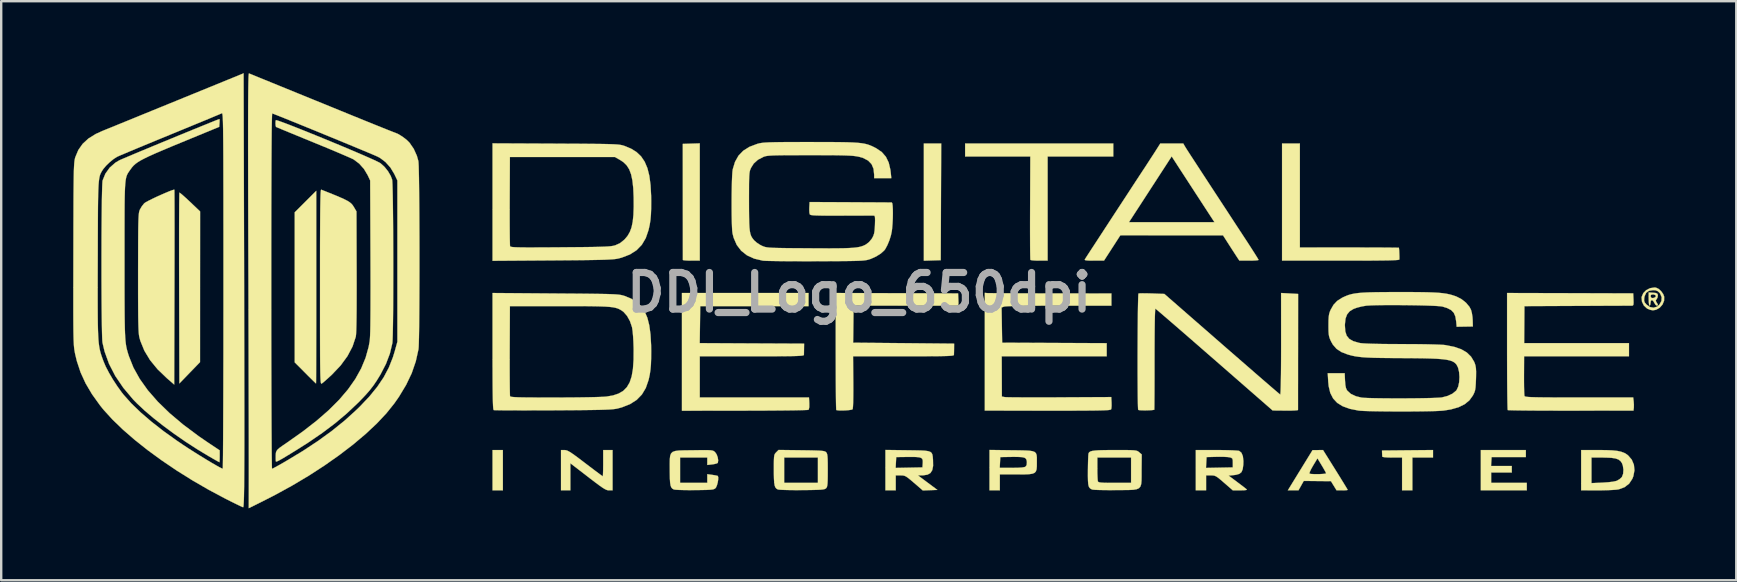
<source format=kicad_pcb>
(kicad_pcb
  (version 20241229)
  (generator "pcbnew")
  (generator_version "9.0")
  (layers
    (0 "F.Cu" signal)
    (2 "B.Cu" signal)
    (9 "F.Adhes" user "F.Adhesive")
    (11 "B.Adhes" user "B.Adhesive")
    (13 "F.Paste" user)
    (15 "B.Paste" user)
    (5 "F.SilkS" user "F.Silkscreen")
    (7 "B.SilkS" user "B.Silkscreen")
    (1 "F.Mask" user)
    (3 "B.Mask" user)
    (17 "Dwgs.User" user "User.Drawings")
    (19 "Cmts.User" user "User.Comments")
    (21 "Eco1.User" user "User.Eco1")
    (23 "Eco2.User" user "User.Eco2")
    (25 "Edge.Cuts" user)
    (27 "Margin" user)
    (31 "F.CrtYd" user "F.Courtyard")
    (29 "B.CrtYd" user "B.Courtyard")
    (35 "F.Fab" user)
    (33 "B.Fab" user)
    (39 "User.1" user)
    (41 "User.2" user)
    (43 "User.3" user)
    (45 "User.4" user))
  (footprint "DDI_Logo_650dpi"
    (layer "F.Cu")
    (at 32.756 9.141)
    (property "Reference" "DDI_Logo_650dpi" (at 0 0 0) (layer "F.Fab") (effects (font (size 1.524 1.524) (thickness 0.3))))
    (attr through_hole)
    (fp_poly (pts (xy -14.849 8.245) (xy -15.279 8.245) (xy -15.279 6.565) (xy -14.849 6.565) (xy -14.849 8.245)) (stroke (width 0.01) (type solid)) (fill yes) (layer "F.SilkS"))
    (fp_poly (pts (xy 3.409 -3.781) (xy 3.399 -1.348) (xy 3.048 -1.337) (xy 2.696 -1.326) (xy 2.696 -6.213) (xy 3.058 -6.213) (xy 3.419 -6.213) (xy 3.409 -3.781)) (stroke (width 0.01) (type solid)) (fill yes) (layer "F.SilkS"))
    (fp_poly (pts (xy 27.784 6.711) (xy 27.784 6.858) (xy 26.357 6.858) (xy 26.345 7.044) (xy 26.334 7.229) (xy 27.198 7.229) (xy 27.198 7.503) (xy 26.338 7.503) (xy 26.338 7.933) (xy 27.823 7.933) (xy 27.823 8.245) (xy 25.908 8.245) (xy 25.908 6.565) (xy 27.784 6.565) (xy 27.784 6.711)) (stroke (width 0.01) (type solid)) (fill yes) (layer "F.SilkS"))
    (fp_poly (pts (xy 23.915 6.878) (xy 23.055 6.878) (xy 23.055 8.245) (xy 22.626 8.245) (xy 22.626 6.878) (xy 22.215 6.878) (xy 22.029 6.874) (xy 21.891 6.864) (xy 21.814 6.849) (xy 21.801 6.838) (xy 21.797 6.773) (xy 21.793 6.692) (xy 21.789 6.584) (xy 22.852 6.574) (xy 23.915 6.564) (xy 23.915 6.878)) (stroke (width 0.01) (type solid)) (fill yes) (layer "F.SilkS"))
    (fp_poly (pts (xy -6.643 -1.329) (xy -6.995 -1.329) (xy -7.15 -1.332) (xy -7.27 -1.34) (xy -7.338 -1.351) (xy -7.347 -1.358) (xy -7.347 -1.401) (xy -7.347 -1.516) (xy -7.347 -1.695) (xy -7.348 -1.932) (xy -7.348 -2.22) (xy -7.348 -2.552) (xy -7.348 -2.922) (xy -7.349 -3.323) (xy -7.349 -3.747) (xy -7.349 -3.79) (xy -7.351 -6.194) (xy -6.997 -6.205) (xy -6.643 -6.216) (xy -6.643 -1.329)) (stroke (width 0.01) (type solid)) (fill yes) (layer "F.SilkS"))
    (fp_poly (pts (xy 10.59 -5.666) (xy 7.854 -5.666) (xy 7.854 -1.329) (xy 7.505 -1.329) (xy 7.348 -1.332) (xy 7.222 -1.341) (xy 7.148 -1.354) (xy 7.136 -1.361) (xy 7.132 -1.405) (xy 7.129 -1.52) (xy 7.126 -1.699) (xy 7.124 -1.934) (xy 7.123 -2.219) (xy 7.122 -2.545) (xy 7.122 -2.907) (xy 7.123 -3.296) (xy 7.124 -3.53) (xy 7.132 -5.666) (xy 4.416 -5.666) (xy 4.416 -6.213) (xy 10.59 -6.213) (xy 10.59 -5.666)) (stroke (width 0.01) (type solid)) (fill yes) (layer "F.SilkS"))
    (fp_poly (pts (xy -22.626 -0.224) (xy -22.626 0.329) (xy -22.626 0.859) (xy -22.626 1.362) (xy -22.627 1.832) (xy -22.628 2.264) (xy -22.629 2.652) (xy -22.63 2.993) (xy -22.631 3.279) (xy -22.632 3.508) (xy -22.633 3.672) (xy -22.635 3.767) (xy -22.636 3.79) (xy -22.666 3.764) (xy -22.741 3.692) (xy -22.852 3.583) (xy -22.99 3.446) (xy -23.085 3.35) (xy -23.524 2.91) (xy -23.524 -3.342) (xy -23.075 -3.79) (xy -22.626 -4.239) (xy -22.626 -0.224)) (stroke (width 0.01) (type solid)) (fill yes) (layer "F.SilkS"))
    (fp_poly (pts (xy -28.294 -4.143) (xy -28.213 -4.077) (xy -28.098 -3.975) (xy -27.957 -3.845) (xy -27.886 -3.779) (xy -27.467 -3.38) (xy -27.469 -0.239) (xy -27.47 2.901) (xy -27.9 3.345) (xy -28.33 3.789) (xy -28.34 -0.18) (xy -28.341 -0.73) (xy -28.342 -1.258) (xy -28.342 -1.758) (xy -28.342 -2.226) (xy -28.342 -2.655) (xy -28.341 -3.042) (xy -28.339 -3.379) (xy -28.338 -3.664) (xy -28.335 -3.889) (xy -28.333 -4.051) (xy -28.33 -4.143) (xy -28.328 -4.163) (xy -28.294 -4.143)) (stroke (width 0.01) (type solid)) (fill yes) (layer "F.SilkS"))
    (fp_poly (pts (xy 18.366 -1.879) (xy 20.424 -1.878) (xy 20.817 -1.877) (xy 21.186 -1.876) (xy 21.524 -1.875) (xy 21.822 -1.874) (xy 22.075 -1.872) (xy 22.275 -1.87) (xy 22.413 -1.868) (xy 22.485 -1.866) (xy 22.492 -1.866) (xy 22.499 -1.824) (xy 22.506 -1.731) (xy 22.511 -1.613) (xy 22.515 -1.494) (xy 22.514 -1.403) (xy 22.513 -1.377) (xy 22.497 -1.367) (xy 22.447 -1.358) (xy 22.36 -1.351) (xy 22.229 -1.345) (xy 22.051 -1.339) (xy 21.821 -1.336) (xy 21.533 -1.333) (xy 21.183 -1.33) (xy 20.767 -1.329) (xy 20.279 -1.329) (xy 20.066 -1.329) (xy 17.624 -1.329) (xy 17.624 -6.213) (xy 18.366 -6.213) (xy 18.366 -1.879)) (stroke (width 0.01) (type solid)) (fill yes) (layer "F.SilkS"))
    (fp_poly (pts (xy -10.277 8.245) (xy -10.424 8.245) (xy -10.477 8.24) (xy -10.537 8.222) (xy -10.611 8.185) (xy -10.71 8.123) (xy -10.84 8.031) (xy -11.012 7.903) (xy -11.234 7.734) (xy -11.303 7.68) (xy -12.036 7.115) (xy -12.036 8.245) (xy -12.426 8.245) (xy -12.426 6.565) (xy -12.28 6.565) (xy -12.226 6.57) (xy -12.165 6.589) (xy -12.089 6.627) (xy -11.988 6.69) (xy -11.854 6.784) (xy -11.678 6.914) (xy -11.451 7.087) (xy -11.417 7.112) (xy -11.213 7.268) (xy -11.03 7.406) (xy -10.877 7.521) (xy -10.763 7.605) (xy -10.697 7.652) (xy -10.685 7.659) (xy -10.679 7.622) (xy -10.674 7.521) (xy -10.67 7.37) (xy -10.668 7.183) (xy -10.668 7.112) (xy -10.668 6.565) (xy -10.277 6.565) (xy -10.277 8.245)) (stroke (width 0.01) (type solid)) (fill yes) (layer "F.SilkS"))
    (fp_poly (pts (xy 33.088 0.008) (xy 33.203 0.02) (xy 33.261 0.046) (xy 33.285 0.096) (xy 33.287 0.111) (xy 33.272 0.212) (xy 33.238 0.27) (xy 33.198 0.33) (xy 33.216 0.387) (xy 33.234 0.413) (xy 33.286 0.498) (xy 33.277 0.54) (xy 33.24 0.547) (xy 33.189 0.514) (xy 33.14 0.435) (xy 33.137 0.43) (xy 33.089 0.349) (xy 33.037 0.313) (xy 33.035 0.313) (xy 32.993 0.348) (xy 32.981 0.43) (xy 32.97 0.512) (xy 32.942 0.547) (xy 32.942 0.547) (xy 32.922 0.511) (xy 32.908 0.414) (xy 32.903 0.273) (xy 32.903 0.156) (xy 32.981 0.156) (xy 33.01 0.219) (xy 33.083 0.233) (xy 33.172 0.199) (xy 33.206 0.15) (xy 33.177 0.104) (xy 33.099 0.079) (xy 33.076 0.078) (xy 33.001 0.097) (xy 32.981 0.156) (xy 32.903 0.156) (xy 32.903 -0.004) (xy 33.088 0.008)) (stroke (width 0.01) (type solid)) (fill yes) (layer "F.SilkS"))
    (fp_poly (pts (xy 33.205 -0.204) (xy 33.312 -0.155) (xy 33.421 -0.058) (xy 33.508 0.064) (xy 33.549 0.171) (xy 33.545 0.343) (xy 33.478 0.503) (xy 33.362 0.634) (xy 33.212 0.719) (xy 33.079 0.742) (xy 32.965 0.721) (xy 32.844 0.671) (xy 32.832 0.663) (xy 32.703 0.543) (xy 32.624 0.383) (xy 32.62 0.339) (xy 32.713 0.339) (xy 32.741 0.419) (xy 32.817 0.506) (xy 32.959 0.605) (xy 33.109 0.632) (xy 33.252 0.588) (xy 33.349 0.505) (xy 33.434 0.353) (xy 33.444 0.195) (xy 33.381 0.045) (xy 33.356 0.012) (xy 33.277 -0.06) (xy 33.186 -0.092) (xy 33.083 -0.098) (xy 32.915 -0.071) (xy 32.799 0.012) (xy 32.733 0.155) (xy 32.719 0.227) (xy 32.713 0.339) (xy 32.62 0.339) (xy 32.607 0.209) (xy 32.612 0.178) (xy 32.678 0.025) (xy 32.8 -0.099) (xy 32.96 -0.181) (xy 33.139 -0.209) (xy 33.205 -0.204)) (stroke (width 0.01) (type solid)) (fill yes) (layer "F.SilkS"))
    (fp_poly (pts (xy 19.846 7.386) (xy 19.987 7.612) (xy 20.113 7.816) (xy 20.219 7.989) (xy 20.299 8.121) (xy 20.347 8.202) (xy 20.359 8.226) (xy 20.324 8.236) (xy 20.231 8.243) (xy 20.128 8.245) (xy 19.897 8.245) (xy 19.779 8.054) (xy 19.661 7.862) (xy 19.095 7.857) (xy 18.529 7.851) (xy 18.418 8.048) (xy 18.308 8.245) (xy 18.086 8.245) (xy 17.864 8.245) (xy 18.297 7.54) (xy 18.765 7.54) (xy 18.77 7.548) (xy 18.825 7.561) (xy 18.93 7.567) (xy 19.065 7.569) (xy 19.206 7.567) (xy 19.333 7.56) (xy 19.425 7.549) (xy 19.46 7.535) (xy 19.441 7.49) (xy 19.39 7.396) (xy 19.317 7.27) (xy 19.28 7.208) (xy 19.1 6.911) (xy 18.915 7.217) (xy 18.832 7.365) (xy 18.78 7.476) (xy 18.765 7.54) (xy 18.297 7.54) (xy 18.379 7.407) (xy 18.894 6.569) (xy 19.113 6.567) (xy 19.332 6.565) (xy 19.846 7.386)) (stroke (width 0.01) (type solid)) (fill yes) (layer "F.SilkS"))
    (fp_poly (pts (xy -2.11 0.293) (xy -2.11 0.567) (xy -6.624 0.567) (xy -6.634 1.338) (xy -6.645 2.109) (xy -4.47 2.12) (xy -2.295 2.13) (xy -2.298 2.335) (xy -2.3 2.463) (xy -2.302 2.565) (xy -2.303 2.599) (xy -2.311 2.611) (xy -2.337 2.622) (xy -2.388 2.631) (xy -2.47 2.638) (xy -2.587 2.644) (xy -2.746 2.649) (xy -2.954 2.652) (xy -3.214 2.655) (xy -3.535 2.656) (xy -3.92 2.657) (xy -4.377 2.657) (xy -4.474 2.657) (xy -6.643 2.657) (xy -6.643 4.373) (xy -4.367 4.373) (xy -2.091 4.373) (xy -2.079 4.615) (xy -2.079 4.777) (xy -2.099 4.868) (xy -2.117 4.889) (xy -2.164 4.894) (xy -2.282 4.899) (xy -2.465 4.904) (xy -2.707 4.909) (xy -3.001 4.913) (xy -3.34 4.916) (xy -3.717 4.919) (xy -4.127 4.921) (xy -4.563 4.922) (xy -4.776 4.923) (xy -7.386 4.926) (xy -7.386 0.02) (xy -2.11 0.02) (xy -2.11 0.293)) (stroke (width 0.01) (type solid)) (fill yes) (layer "F.SilkS"))
    (fp_poly (pts (xy 6.349 6.573) (xy 6.663 6.576) (xy 6.909 6.582) (xy 7.093 6.592) (xy 7.225 6.612) (xy 7.314 6.646) (xy 7.367 6.698) (xy 7.395 6.772) (xy 7.405 6.872) (xy 7.405 7.002) (xy 7.405 7.078) (xy 7.404 7.241) (xy 7.394 7.365) (xy 7.365 7.454) (xy 7.309 7.515) (xy 7.215 7.552) (xy 7.074 7.572) (xy 6.876 7.58) (xy 6.611 7.581) (xy 6.541 7.581) (xy 5.862 7.581) (xy 5.862 8.245) (xy 5.432 8.245) (xy 5.432 7.307) (xy 5.858 7.307) (xy 6.36 7.307) (xy 6.608 7.304) (xy 6.784 7.293) (xy 6.893 7.274) (xy 6.932 7.257) (xy 6.98 7.19) (xy 6.989 7.078) (xy 6.988 7.054) (xy 6.975 6.976) (xy 6.944 6.919) (xy 6.884 6.882) (xy 6.783 6.86) (xy 6.631 6.851) (xy 6.416 6.85) (xy 6.319 6.851) (xy 5.881 6.858) (xy 5.858 7.307) (xy 5.432 7.307) (xy 5.432 6.561) (xy 6.349 6.573)) (stroke (width 0.01) (type solid)) (fill yes) (layer "F.SilkS"))
    (fp_poly (pts (xy 2.011 6.573) (xy 2.322 6.577) (xy 2.564 6.582) (xy 2.746 6.592) (xy 2.877 6.611) (xy 2.965 6.641) (xy 3.02 6.687) (xy 3.051 6.751) (xy 3.066 6.838) (xy 3.075 6.95) (xy 3.077 6.986) (xy 3.081 7.226) (xy 3.047 7.401) (xy 2.972 7.52) (xy 2.849 7.59) (xy 2.672 7.618) (xy 2.605 7.62) (xy 2.448 7.62) (xy 2.853 7.923) (xy 3.259 8.226) (xy 2.956 8.237) (xy 2.653 8.249) (xy 2.288 7.934) (xy 2.134 7.803) (xy 2.023 7.714) (xy 1.94 7.66) (xy 1.87 7.632) (xy 1.798 7.622) (xy 1.723 7.62) (xy 1.524 7.62) (xy 1.524 8.245) (xy 1.094 8.245) (xy 1.094 7.31) (xy 1.52 7.31) (xy 2.638 7.288) (xy 2.65 7.102) (xy 2.651 7.008) (xy 2.634 6.94) (xy 2.588 6.894) (xy 2.502 6.867) (xy 2.366 6.854) (xy 2.169 6.851) (xy 2.011 6.852) (xy 1.544 6.858) (xy 1.52 7.31) (xy 1.094 7.31) (xy 1.094 6.561) (xy 2.011 6.573)) (stroke (width 0.01) (type solid)) (fill yes) (layer "F.SilkS"))
    (fp_poly (pts (xy 31.13 6.568) (xy 31.389 6.579) (xy 31.592 6.6) (xy 31.753 6.634) (xy 31.881 6.681) (xy 31.99 6.745) (xy 32.047 6.789) (xy 32.198 6.965) (xy 32.287 7.176) (xy 32.31 7.41) (xy 32.265 7.653) (xy 32.222 7.764) (xy 32.088 7.966) (xy 31.9 8.112) (xy 31.657 8.202) (xy 31.652 8.203) (xy 31.555 8.217) (xy 31.397 8.228) (xy 31.194 8.237) (xy 30.964 8.243) (xy 30.783 8.244) (xy 30.089 8.245) (xy 30.089 6.878) (xy 30.519 6.878) (xy 30.519 7.943) (xy 30.979 7.923) (xy 31.214 7.907) (xy 31.409 7.884) (xy 31.548 7.854) (xy 31.581 7.843) (xy 31.693 7.777) (xy 31.781 7.696) (xy 31.789 7.684) (xy 31.839 7.552) (xy 31.851 7.384) (xy 31.827 7.214) (xy 31.79 7.113) (xy 31.728 7.023) (xy 31.642 6.958) (xy 31.519 6.915) (xy 31.348 6.889) (xy 31.118 6.879) (xy 30.989 6.878) (xy 30.519 6.878) (xy 30.089 6.878) (xy 30.089 6.565) (xy 30.805 6.565) (xy 31.13 6.568)) (stroke (width 0.01) (type solid)) (fill yes) (layer "F.SilkS"))
    (fp_poly (pts (xy 15.142 6.567) (xy 15.377 6.571) (xy 15.578 6.578) (xy 15.731 6.587) (xy 15.823 6.597) (xy 15.839 6.602) (xy 15.932 6.678) (xy 15.991 6.82) (xy 16.013 7.023) (xy 16.009 7.176) (xy 15.984 7.361) (xy 15.934 7.483) (xy 15.846 7.556) (xy 15.706 7.597) (xy 15.618 7.608) (xy 15.397 7.631) (xy 15.758 7.901) (xy 15.905 8.012) (xy 16.03 8.107) (xy 16.119 8.177) (xy 16.156 8.208) (xy 16.141 8.228) (xy 16.054 8.24) (xy 15.902 8.244) (xy 15.883 8.244) (xy 15.572 8.244) (xy 15.213 7.932) (xy 15.06 7.801) (xy 14.951 7.712) (xy 14.869 7.659) (xy 14.799 7.631) (xy 14.727 7.621) (xy 14.656 7.62) (xy 14.458 7.62) (xy 14.458 8.245) (xy 14.029 8.245) (xy 14.029 7.31) (xy 14.454 7.31) (xy 15.013 7.299) (xy 15.572 7.288) (xy 15.572 7.095) (xy 15.569 6.979) (xy 15.549 6.917) (xy 15.501 6.885) (xy 15.444 6.869) (xy 15.352 6.856) (xy 15.204 6.848) (xy 15.025 6.845) (xy 14.897 6.847) (xy 14.478 6.858) (xy 14.466 7.084) (xy 14.454 7.31) (xy 14.029 7.31) (xy 14.029 6.565) (xy 14.886 6.565) (xy 15.142 6.567)) (stroke (width 0.01) (type solid)) (fill yes) (layer "F.SilkS"))
    (fp_poly (pts (xy -28.539 -4.285) (xy -28.537 -4.245) (xy -28.536 -4.132) (xy -28.535 -3.951) (xy -28.534 -3.708) (xy -28.533 -3.407) (xy -28.533 -3.053) (xy -28.532 -2.653) (xy -28.533 -2.21) (xy -28.533 -1.73) (xy -28.534 -1.219) (xy -28.535 -0.681) (xy -28.536 -0.218) (xy -28.546 3.836) (xy -28.858 3.565) (xy -29.243 3.195) (xy -29.552 2.817) (xy -29.788 2.428) (xy -29.954 2.022) (xy -29.991 1.893) (xy -30.004 1.836) (xy -30.015 1.765) (xy -30.024 1.674) (xy -30.031 1.557) (xy -30.037 1.407) (xy -30.042 1.219) (xy -30.046 0.986) (xy -30.048 0.703) (xy -30.05 0.364) (xy -30.051 -0.038) (xy -30.051 -0.509) (xy -30.051 -0.817) (xy -30.05 -1.32) (xy -30.049 -1.751) (xy -30.048 -2.116) (xy -30.046 -2.421) (xy -30.044 -2.672) (xy -30.04 -2.875) (xy -30.035 -3.036) (xy -30.029 -3.161) (xy -30.022 -3.257) (xy -30.013 -3.328) (xy -30.002 -3.381) (xy -29.989 -3.423) (xy -29.976 -3.455) (xy -29.901 -3.585) (xy -29.808 -3.703) (xy -29.788 -3.724) (xy -29.725 -3.766) (xy -29.612 -3.827) (xy -29.46 -3.903) (xy -29.286 -3.986) (xy -29.102 -4.069) (xy -28.923 -4.147) (xy -28.764 -4.214) (xy -28.637 -4.262) (xy -28.558 -4.286) (xy -28.539 -4.285)) (stroke (width 0.01) (type solid)) (fill yes) (layer "F.SilkS"))
    (fp_poly (pts (xy -2.404 6.573) (xy -2.103 6.577) (xy -1.87 6.582) (xy -1.696 6.588) (xy -1.572 6.596) (xy -1.486 6.607) (xy -1.43 6.622) (xy -1.394 6.641) (xy -1.379 6.654) (xy -1.353 6.688) (xy -1.335 6.737) (xy -1.322 6.814) (xy -1.314 6.93) (xy -1.31 7.097) (xy -1.309 7.328) (xy -1.309 7.405) (xy -1.31 7.655) (xy -1.313 7.839) (xy -1.32 7.969) (xy -1.331 8.055) (xy -1.347 8.111) (xy -1.371 8.148) (xy -1.379 8.156) (xy -1.408 8.178) (xy -1.451 8.195) (xy -1.518 8.208) (xy -1.619 8.218) (xy -1.765 8.224) (xy -1.964 8.229) (xy -2.226 8.233) (xy -2.375 8.234) (xy -2.641 8.235) (xy -2.884 8.233) (xy -3.093 8.228) (xy -3.255 8.222) (xy -3.359 8.213) (xy -3.387 8.207) (xy -3.447 8.174) (xy -3.49 8.124) (xy -3.521 8.047) (xy -3.54 7.93) (xy -3.551 7.763) (xy -3.556 7.535) (xy -3.556 7.386) (xy -3.556 7.151) (xy -3.553 6.981) (xy -3.548 6.878) (xy -3.126 6.878) (xy -3.126 7.933) (xy -1.719 7.933) (xy -1.719 6.878) (xy -3.126 6.878) (xy -3.548 6.878) (xy -3.547 6.863) (xy -3.536 6.784) (xy -3.517 6.731) (xy -3.489 6.692) (xy -3.458 6.659) (xy -3.36 6.561) (xy -2.404 6.573)) (stroke (width 0.01) (type solid)) (fill yes) (layer "F.SilkS"))
    (fp_poly (pts (xy 5.324 0.023) (xy 5.378 0.025) (xy 5.503 0.026) (xy 5.692 0.028) (xy 5.939 0.03) (xy 6.238 0.031) (xy 6.58 0.033) (xy 6.96 0.034) (xy 7.371 0.035) (xy 7.806 0.036) (xy 7.962 0.036) (xy 10.512 0.039) (xy 10.512 0.547) (xy 8.326 0.547) (xy 7.831 0.548) (xy 7.388 0.55) (xy 7.001 0.553) (xy 6.673 0.558) (xy 6.409 0.564) (xy 6.212 0.571) (xy 6.086 0.579) (xy 6.038 0.586) (xy 5.935 0.625) (xy 5.959 2.091) (xy 8.138 2.101) (xy 10.316 2.111) (xy 10.316 2.657) (xy 5.941 2.657) (xy 5.944 3.496) (xy 5.947 4.335) (xy 6.071 4.358) (xy 6.132 4.362) (xy 6.264 4.365) (xy 6.459 4.368) (xy 6.71 4.369) (xy 7.008 4.371) (xy 7.346 4.371) (xy 7.717 4.371) (xy 8.113 4.37) (xy 8.35 4.368) (xy 10.506 4.357) (xy 10.518 4.585) (xy 10.52 4.718) (xy 10.512 4.825) (xy 10.5 4.869) (xy 10.484 4.88) (xy 10.448 4.889) (xy 10.387 4.898) (xy 10.294 4.904) (xy 10.164 4.91) (xy 9.993 4.914) (xy 9.775 4.918) (xy 9.505 4.92) (xy 9.177 4.922) (xy 8.786 4.923) (xy 8.327 4.923) (xy 7.852 4.923) (xy 5.236 4.922) (xy 5.236 0.013) (xy 5.324 0.023)) (stroke (width 0.01) (type solid)) (fill yes) (layer "F.SilkS"))
    (fp_poly (pts (xy -22.088 -4.155) (xy -21.821 -4.047) (xy -21.61 -3.957) (xy -21.447 -3.883) (xy -21.324 -3.82) (xy -21.233 -3.762) (xy -21.165 -3.706) (xy -21.113 -3.647) (xy -21.068 -3.58) (xy -21.042 -3.536) (xy -20.95 -3.38) (xy -20.943 -0.86) (xy -20.942 -0.267) (xy -20.943 0.248) (xy -20.944 0.689) (xy -20.948 1.057) (xy -20.953 1.354) (xy -20.959 1.581) (xy -20.967 1.74) (xy -20.977 1.832) (xy -20.979 1.844) (xy -21.114 2.25) (xy -21.325 2.65) (xy -21.611 3.04) (xy -21.968 3.417) (xy -21.97 3.419) (xy -22.113 3.551) (xy -22.241 3.666) (xy -22.34 3.751) (xy -22.398 3.794) (xy -22.399 3.795) (xy -22.411 3.798) (xy -22.421 3.793) (xy -22.429 3.775) (xy -22.437 3.739) (xy -22.444 3.681) (xy -22.449 3.597) (xy -22.454 3.483) (xy -22.458 3.334) (xy -22.461 3.145) (xy -22.464 2.913) (xy -22.466 2.632) (xy -22.467 2.3) (xy -22.468 1.91) (xy -22.469 1.46) (xy -22.469 0.944) (xy -22.469 0.358) (xy -22.469 -0.237) (xy -22.469 -0.913) (xy -22.469 -1.514) (xy -22.468 -2.044) (xy -22.466 -2.508) (xy -22.464 -2.908) (xy -22.462 -3.249) (xy -22.459 -3.534) (xy -22.455 -3.767) (xy -22.451 -3.952) (xy -22.446 -4.092) (xy -22.44 -4.192) (xy -22.433 -4.255) (xy -22.425 -4.284) (xy -22.42 -4.287) (xy -22.088 -4.155)) (stroke (width 0.01) (type solid)) (fill yes) (layer "F.SilkS"))
    (fp_poly (pts (xy -6.296 6.569) (xy -6.191 6.575) (xy -6.12 6.585) (xy -6.071 6.602) (xy -6.035 6.626) (xy -6.006 6.651) (xy -5.942 6.741) (xy -5.896 6.865) (xy -5.876 6.992) (xy -5.889 7.09) (xy -5.896 7.103) (xy -5.946 7.127) (xy -6.047 7.151) (xy -6.125 7.163) (xy -6.33 7.186) (xy -6.33 6.878) (xy -7.464 6.878) (xy -7.464 7.933) (xy -6.33 7.933) (xy -6.33 7.571) (xy -6.128 7.598) (xy -6.007 7.617) (xy -5.919 7.635) (xy -5.893 7.644) (xy -5.873 7.697) (xy -5.876 7.797) (xy -5.895 7.919) (xy -5.928 8.038) (xy -5.968 8.128) (xy -5.984 8.148) (xy -6.014 8.174) (xy -6.055 8.194) (xy -6.117 8.209) (xy -6.211 8.219) (xy -6.349 8.226) (xy -6.54 8.23) (xy -6.797 8.234) (xy -6.849 8.234) (xy -7.095 8.235) (xy -7.318 8.232) (xy -7.506 8.227) (xy -7.644 8.219) (xy -7.719 8.209) (xy -7.725 8.207) (xy -7.784 8.174) (xy -7.828 8.124) (xy -7.859 8.045) (xy -7.878 7.928) (xy -7.889 7.76) (xy -7.893 7.531) (xy -7.894 7.392) (xy -7.895 7.143) (xy -7.892 6.951) (xy -7.877 6.808) (xy -7.84 6.708) (xy -7.772 6.642) (xy -7.665 6.604) (xy -7.509 6.584) (xy -7.296 6.577) (xy -7.016 6.574) (xy -6.925 6.573) (xy -6.652 6.569) (xy -6.446 6.567) (xy -6.296 6.569)) (stroke (width 0.01) (type solid)) (fill yes) (layer "F.SilkS"))
    (fp_poly (pts (xy 10.955 6.565) (xy 11.174 6.566) (xy 11.336 6.57) (xy 11.452 6.576) (xy 11.532 6.587) (xy 11.587 6.602) (xy 11.627 6.623) (xy 11.663 6.651) (xy 11.669 6.657) (xy 11.776 6.748) (xy 11.77 7.406) (xy 11.77 7.649) (xy 11.767 7.839) (xy 11.754 7.982) (xy 11.721 8.085) (xy 11.66 8.155) (xy 11.563 8.198) (xy 11.421 8.221) (xy 11.224 8.23) (xy 10.966 8.232) (xy 10.696 8.234) (xy 10.434 8.235) (xy 10.194 8.233) (xy 9.989 8.229) (xy 9.832 8.223) (xy 9.733 8.214) (xy 9.709 8.209) (xy 9.645 8.178) (xy 9.599 8.137) (xy 9.566 8.075) (xy 9.546 7.98) (xy 9.536 7.842) (xy 9.532 7.647) (xy 9.533 7.407) (xy 9.536 7.186) (xy 9.541 6.99) (xy 9.546 6.878) (xy 9.926 6.878) (xy 9.926 7.343) (xy 9.927 7.531) (xy 9.933 7.694) (xy 9.94 7.813) (xy 9.949 7.871) (xy 9.967 7.893) (xy 10.009 7.91) (xy 10.085 7.921) (xy 10.206 7.928) (xy 10.382 7.932) (xy 10.625 7.933) (xy 10.653 7.933) (xy 11.332 7.933) (xy 11.332 6.878) (xy 9.926 6.878) (xy 9.546 6.878) (xy 9.547 6.834) (xy 9.555 6.731) (xy 9.561 6.699) (xy 9.586 6.658) (xy 9.633 6.626) (xy 9.711 6.602) (xy 9.827 6.586) (xy 9.991 6.574) (xy 10.212 6.568) (xy 10.498 6.565) (xy 10.668 6.565) (xy 10.955 6.565)) (stroke (width 0.01) (type solid)) (fill yes) (layer "F.SilkS"))
    (fp_poly (pts (xy 1.573 0.028) (xy 4.123 0.036) (xy 4.134 0.292) (xy 4.139 0.429) (xy 4.133 0.505) (xy 4.111 0.539) (xy 4.069 0.548) (xy 4.056 0.548) (xy 4.001 0.548) (xy 3.875 0.548) (xy 3.686 0.548) (xy 3.441 0.548) (xy 3.149 0.548) (xy 2.816 0.548) (xy 2.451 0.547) (xy 2.06 0.547) (xy 1.866 0.547) (xy -0.234 0.546) (xy -0.24 1.221) (xy -0.243 1.449) (xy -0.245 1.657) (xy -0.247 1.827) (xy -0.249 1.947) (xy -0.25 1.993) (xy -0.254 2.091) (xy 1.852 2.11) (xy 3.957 2.13) (xy 3.955 2.335) (xy 3.953 2.463) (xy 3.95 2.565) (xy 3.949 2.599) (xy 3.941 2.612) (xy 3.915 2.622) (xy 3.863 2.632) (xy 3.781 2.639) (xy 3.663 2.645) (xy 3.502 2.649) (xy 3.292 2.653) (xy 3.028 2.655) (xy 2.704 2.656) (xy 2.314 2.657) (xy 1.851 2.657) (xy 1.846 2.657) (xy -0.254 2.657) (xy -0.245 3.739) (xy -0.244 4.064) (xy -0.246 4.344) (xy -0.25 4.571) (xy -0.257 4.739) (xy -0.267 4.839) (xy -0.274 4.866) (xy -0.327 4.886) (xy -0.434 4.901) (xy -0.572 4.912) (xy -0.717 4.917) (xy -0.845 4.914) (xy -0.932 4.904) (xy -0.954 4.894) (xy -0.958 4.852) (xy -0.962 4.739) (xy -0.966 4.561) (xy -0.969 4.324) (xy -0.971 4.037) (xy -0.974 3.705) (xy -0.975 3.335) (xy -0.976 2.934) (xy -0.977 2.509) (xy -0.977 2.446) (xy -0.977 0.02) (xy 1.573 0.028)) (stroke (width 0.01) (type solid)) (fill yes) (layer "F.SilkS"))
    (fp_poly (pts (xy 29.63 0.027) (xy 32.258 0.035) (xy 32.27 0.291) (xy 32.273 0.429) (xy 32.266 0.507) (xy 32.244 0.541) (xy 32.211 0.547) (xy 32.16 0.547) (xy 32.038 0.548) (xy 31.852 0.549) (xy 31.61 0.55) (xy 31.319 0.551) (xy 30.986 0.552) (xy 30.618 0.554) (xy 30.223 0.556) (xy 29.933 0.557) (xy 27.725 0.567) (xy 27.72 1.338) (xy 27.714 2.11) (xy 32.082 2.11) (xy 32.082 2.657) (xy 27.711 2.657) (xy 27.707 3.452) (xy 27.707 3.697) (xy 27.709 3.917) (xy 27.713 4.101) (xy 27.719 4.234) (xy 27.726 4.305) (xy 27.727 4.31) (xy 27.738 4.324) (xy 27.764 4.335) (xy 27.809 4.344) (xy 27.881 4.352) (xy 27.986 4.358) (xy 28.128 4.363) (xy 28.314 4.367) (xy 28.55 4.37) (xy 28.842 4.372) (xy 29.196 4.373) (xy 29.617 4.373) (xy 30.005 4.374) (xy 32.258 4.374) (xy 32.278 4.541) (xy 32.287 4.675) (xy 32.285 4.794) (xy 32.283 4.815) (xy 32.269 4.921) (xy 29.662 4.923) (xy 29.218 4.923) (xy 28.797 4.922) (xy 28.405 4.921) (xy 28.049 4.919) (xy 27.736 4.916) (xy 27.472 4.913) (xy 27.264 4.909) (xy 27.118 4.905) (xy 27.04 4.901) (xy 27.029 4.898) (xy 27.024 4.856) (xy 27.02 4.741) (xy 27.016 4.562) (xy 27.012 4.326) (xy 27.009 4.038) (xy 27.006 3.705) (xy 27.004 3.335) (xy 27.003 2.934) (xy 27.002 2.508) (xy 27.002 2.446) (xy 27.002 0.02) (xy 29.63 0.027)) (stroke (width 0.01) (type solid)) (fill yes) (layer "F.SilkS"))
    (fp_poly (pts (xy 13.581 -6.082) (xy 13.601 -6.05) (xy 13.633 -5.998) (xy 13.68 -5.924) (xy 13.745 -5.824) (xy 13.828 -5.695) (xy 13.934 -5.533) (xy 14.063 -5.335) (xy 14.218 -5.097) (xy 14.401 -4.817) (xy 14.614 -4.491) (xy 14.86 -4.115) (xy 15.141 -3.686) (xy 15.459 -3.2) (xy 15.815 -2.655) (xy 16.083 -2.247) (xy 16.234 -2.016) (xy 16.369 -1.806) (xy 16.484 -1.627) (xy 16.572 -1.486) (xy 16.628 -1.393) (xy 16.646 -1.358) (xy 16.61 -1.346) (xy 16.512 -1.336) (xy 16.369 -1.33) (xy 16.246 -1.329) (xy 15.846 -1.329) (xy 15.761 -1.456) (xy 15.707 -1.539) (xy 15.622 -1.67) (xy 15.519 -1.829) (xy 15.42 -1.983) (xy 15.163 -2.384) (xy 10.883 -2.382) (xy 10.543 -1.855) (xy 10.203 -1.329) (xy 9.788 -1.329) (xy 9.599 -1.331) (xy 9.477 -1.338) (xy 9.414 -1.351) (xy 9.4 -1.371) (xy 9.403 -1.377) (xy 9.433 -1.426) (xy 9.498 -1.527) (xy 9.59 -1.669) (xy 9.7 -1.838) (xy 9.763 -1.934) (xy 10.042 -2.362) (xy 10.328 -2.8) (xy 10.413 -2.931) (xy 11.245 -2.931) (xy 14.807 -2.931) (xy 14.177 -3.898) (xy 14.001 -4.168) (xy 13.825 -4.439) (xy 13.657 -4.698) (xy 13.505 -4.931) (xy 13.379 -5.125) (xy 13.287 -5.267) (xy 13.286 -5.269) (xy 13.024 -5.673) (xy 12.191 -4.39) (xy 12.005 -4.103) (xy 11.83 -3.833) (xy 11.672 -3.59) (xy 11.535 -3.38) (xy 11.425 -3.21) (xy 11.347 -3.089) (xy 11.305 -3.025) (xy 11.301 -3.019) (xy 11.245 -2.931) (xy 10.413 -2.931) (xy 10.614 -3.238) (xy 10.893 -3.665) (xy 11.158 -4.07) (xy 11.401 -4.443) (xy 11.616 -4.771) (xy 11.793 -5.041) (xy 11.94 -5.264) (xy 12.082 -5.483) (xy 12.211 -5.681) (xy 12.317 -5.845) (xy 12.391 -5.961) (xy 12.396 -5.969) (xy 12.551 -6.213) (xy 13.505 -6.213) (xy 13.581 -6.082)) (stroke (width 0.01) (type solid)) (fill yes) (layer "F.SilkS"))
    (fp_poly (pts (xy 17.938 0.039) (xy 18.293 0.059) (xy 18.291 2.462) (xy 18.29 2.888) (xy 18.29 3.292) (xy 18.29 3.665) (xy 18.289 4.001) (xy 18.289 4.294) (xy 18.289 4.537) (xy 18.289 4.723) (xy 18.289 4.844) (xy 18.288 4.895) (xy 18.288 4.896) (xy 18.252 4.907) (xy 18.151 4.915) (xy 18 4.921) (xy 17.815 4.922) (xy 17.761 4.921) (xy 17.233 4.916) (xy 14.808 2.8) (xy 14.434 2.475) (xy 14.078 2.164) (xy 13.743 1.873) (xy 13.433 1.604) (xy 13.153 1.361) (xy 12.907 1.149) (xy 12.7 0.971) (xy 12.537 0.831) (xy 12.421 0.732) (xy 12.357 0.679) (xy 12.346 0.671) (xy 12.338 0.706) (xy 12.331 0.815) (xy 12.324 0.994) (xy 12.319 1.239) (xy 12.315 1.544) (xy 12.312 1.907) (xy 12.31 2.322) (xy 12.309 2.771) (xy 12.309 3.17) (xy 12.309 3.543) (xy 12.308 3.886) (xy 12.307 4.19) (xy 12.305 4.447) (xy 12.304 4.653) (xy 12.302 4.798) (xy 12.3 4.875) (xy 12.299 4.887) (xy 12.21 4.9) (xy 12.081 4.908) (xy 11.937 4.912) (xy 11.799 4.911) (xy 11.69 4.904) (xy 11.632 4.893) (xy 11.629 4.89) (xy 11.623 4.842) (xy 11.618 4.726) (xy 11.614 4.548) (xy 11.61 4.316) (xy 11.608 4.041) (xy 11.606 3.728) (xy 11.604 3.387) (xy 11.604 3.026) (xy 11.604 2.652) (xy 11.605 2.274) (xy 11.607 1.901) (xy 11.609 1.54) (xy 11.612 1.199) (xy 11.615 0.887) (xy 11.619 0.612) (xy 11.624 0.381) (xy 11.629 0.204) (xy 11.634 0.088) (xy 11.64 0.042) (xy 11.641 0.042) (xy 11.691 0.035) (xy 11.804 0.032) (xy 11.963 0.033) (xy 12.154 0.038) (xy 12.198 0.039) (xy 12.72 0.059) (xy 15.116 2.149) (xy 15.487 2.473) (xy 15.842 2.781) (xy 16.175 3.07) (xy 16.482 3.337) (xy 16.759 3.577) (xy 17.002 3.787) (xy 17.206 3.963) (xy 17.367 4.101) (xy 17.48 4.196) (xy 17.54 4.246) (xy 17.549 4.253) (xy 17.556 4.217) (xy 17.563 4.109) (xy 17.569 3.933) (xy 17.574 3.693) (xy 17.579 3.396) (xy 17.582 3.046) (xy 17.584 2.649) (xy 17.585 2.209) (xy 17.585 2.143) (xy 17.584 0.02) (xy 17.938 0.039)) (stroke (width 0.01) (type solid)) (fill yes) (layer "F.SilkS"))
    (fp_poly (pts (xy -12.651 -6.205) (xy -12.133 -6.202) (xy -11.687 -6.2) (xy -11.308 -6.197) (xy -10.988 -6.194) (xy -10.723 -6.191) (xy -10.505 -6.187) (xy -10.329 -6.182) (xy -10.19 -6.176) (xy -10.08 -6.169) (xy -9.994 -6.16) (xy -9.926 -6.149) (xy -9.87 -6.137) (xy -9.82 -6.122) (xy -9.779 -6.109) (xy -9.505 -5.995) (xy -9.276 -5.852) (xy -9.088 -5.673) (xy -8.939 -5.452) (xy -8.825 -5.183) (xy -8.744 -4.861) (xy -8.694 -4.478) (xy -8.67 -4.03) (xy -8.667 -3.809) (xy -8.669 -3.496) (xy -8.679 -3.241) (xy -8.698 -3.024) (xy -8.729 -2.826) (xy -8.773 -2.626) (xy -8.779 -2.601) (xy -8.894 -2.267) (xy -9.059 -1.988) (xy -9.278 -1.763) (xy -9.555 -1.586) (xy -9.893 -1.456) (xy -10.036 -1.418) (xy -10.101 -1.405) (xy -10.182 -1.394) (xy -10.286 -1.384) (xy -10.419 -1.376) (xy -10.586 -1.368) (xy -10.794 -1.362) (xy -11.048 -1.357) (xy -11.355 -1.352) (xy -11.721 -1.348) (xy -12.152 -1.344) (xy -12.653 -1.34) (xy -12.788 -1.339) (xy -15.279 -1.322) (xy -15.279 -3.095) (xy -14.565 -3.095) (xy -14.564 -2.777) (xy -14.562 -2.497) (xy -14.56 -2.265) (xy -14.556 -2.087) (xy -14.553 -1.972) (xy -14.548 -1.928) (xy -14.536 -1.916) (xy -14.505 -1.905) (xy -14.45 -1.896) (xy -14.364 -1.889) (xy -14.242 -1.884) (xy -14.077 -1.881) (xy -13.864 -1.879) (xy -13.596 -1.879) (xy -13.268 -1.88) (xy -12.873 -1.882) (xy -12.451 -1.885) (xy -11.988 -1.889) (xy -11.598 -1.892) (xy -11.272 -1.896) (xy -11.003 -1.9) (xy -10.786 -1.906) (xy -10.612 -1.912) (xy -10.476 -1.919) (xy -10.371 -1.928) (xy -10.289 -1.939) (xy -10.224 -1.952) (xy -10.169 -1.967) (xy -10.16 -1.97) (xy -9.969 -2.056) (xy -9.797 -2.194) (xy -9.764 -2.226) (xy -9.647 -2.368) (xy -9.555 -2.53) (xy -9.485 -2.721) (xy -9.437 -2.952) (xy -9.408 -3.231) (xy -9.396 -3.569) (xy -9.398 -3.966) (xy -9.415 -4.352) (xy -9.45 -4.669) (xy -9.505 -4.927) (xy -9.584 -5.135) (xy -9.69 -5.301) (xy -9.826 -5.434) (xy -9.965 -5.525) (xy -10.18 -5.647) (xy -14.556 -5.647) (xy -14.564 -3.817) (xy -14.565 -3.444) (xy -14.565 -3.095) (xy -15.279 -3.095) (xy -15.279 -6.217) (xy -12.651 -6.205)) (stroke (width 0.01) (type solid)) (fill yes) (layer "F.SilkS"))
    (fp_poly (pts (xy -24.27 -7.178) (xy -24.165 -7.144) (xy -24.004 -7.086) (xy -23.794 -7.007) (xy -23.543 -6.909) (xy -23.258 -6.796) (xy -22.946 -6.671) (xy -22.616 -6.537) (xy -22.275 -6.398) (xy -21.931 -6.256) (xy -21.591 -6.115) (xy -21.263 -5.977) (xy -20.955 -5.846) (xy -20.673 -5.725) (xy -20.427 -5.617) (xy -20.222 -5.525) (xy -20.068 -5.452) (xy -19.971 -5.402) (xy -19.949 -5.388) (xy -19.787 -5.243) (xy -19.638 -5.058) (xy -19.522 -4.86) (xy -19.465 -4.709) (xy -19.457 -4.639) (xy -19.45 -4.499) (xy -19.444 -4.295) (xy -19.438 -4.034) (xy -19.433 -3.724) (xy -19.429 -3.372) (xy -19.425 -2.985) (xy -19.422 -2.57) (xy -19.42 -2.135) (xy -19.418 -1.686) (xy -19.417 -1.231) (xy -19.417 -0.777) (xy -19.418 -0.331) (xy -19.419 0.1) (xy -19.421 0.507) (xy -19.424 0.885) (xy -19.428 1.226) (xy -19.433 1.523) (xy -19.438 1.769) (xy -19.444 1.955) (xy -19.451 2.077) (xy -19.455 2.111) (xy -19.557 2.542) (xy -19.72 2.972) (xy -19.949 3.415) (xy -19.96 3.433) (xy -20.104 3.669) (xy -20.246 3.877) (xy -20.4 4.076) (xy -20.581 4.282) (xy -20.802 4.513) (xy -20.903 4.614) (xy -21.351 5.037) (xy -21.838 5.447) (xy -22.374 5.851) (xy -22.97 6.259) (xy -23.446 6.561) (xy -23.713 6.725) (xy -23.92 6.851) (xy -24.075 6.942) (xy -24.185 7.003) (xy -24.256 7.036) (xy -24.296 7.047) (xy -24.31 7.038) (xy -24.311 7.035) (xy -24.315 6.967) (xy -24.316 6.897) (xy -24.315 6.773) (xy -24.308 6.68) (xy -24.284 6.607) (xy -24.234 6.54) (xy -24.148 6.466) (xy -24.017 6.373) (xy -23.841 6.253) (xy -23.19 5.793) (xy -22.612 5.344) (xy -22.107 4.904) (xy -21.671 4.469) (xy -21.302 4.036) (xy -20.997 3.602) (xy -20.754 3.165) (xy -20.57 2.721) (xy -20.443 2.267) (xy -20.4 2.032) (xy -20.391 1.945) (xy -20.383 1.808) (xy -20.376 1.617) (xy -20.371 1.37) (xy -20.368 1.064) (xy -20.365 0.694) (xy -20.364 0.259) (xy -20.363 -0.244) (xy -20.364 -0.82) (xy -20.366 -1.465) (xy -20.379 -4.67) (xy -20.483 -4.891) (xy -20.637 -5.149) (xy -20.837 -5.373) (xy -21.062 -5.542) (xy -21.09 -5.558) (xy -21.167 -5.594) (xy -21.307 -5.656) (xy -21.502 -5.74) (xy -21.743 -5.843) (xy -22.021 -5.96) (xy -22.327 -6.087) (xy -22.653 -6.221) (xy -22.782 -6.274) (xy -23.105 -6.406) (xy -23.404 -6.529) (xy -23.673 -6.64) (xy -23.904 -6.735) (xy -24.089 -6.812) (xy -24.22 -6.867) (xy -24.291 -6.897) (xy -24.301 -6.901) (xy -24.317 -6.95) (xy -24.325 -7.039) (xy -24.322 -7.13) (xy -24.31 -7.183) (xy -24.27 -7.178)) (stroke (width 0.01) (type solid)) (fill yes) (layer "F.SilkS"))
    (fp_poly (pts (xy -26.654 -7.195) (xy -26.655 -7.108) (xy -26.658 -7.067) (xy -26.67 -6.905) (xy -28.266 -6.247) (xy -28.688 -6.073) (xy -29.043 -5.923) (xy -29.339 -5.796) (xy -29.582 -5.687) (xy -29.779 -5.592) (xy -29.937 -5.509) (xy -30.061 -5.434) (xy -30.16 -5.362) (xy -30.238 -5.292) (xy -30.304 -5.218) (xy -30.363 -5.138) (xy -30.365 -5.135) (xy -30.409 -5.073) (xy -30.447 -5.018) (xy -30.481 -4.965) (xy -30.509 -4.909) (xy -30.534 -4.844) (xy -30.554 -4.765) (xy -30.571 -4.668) (xy -30.584 -4.546) (xy -30.595 -4.394) (xy -30.603 -4.207) (xy -30.609 -3.981) (xy -30.613 -3.709) (xy -30.615 -3.386) (xy -30.616 -3.007) (xy -30.617 -2.567) (xy -30.617 -2.061) (xy -30.617 -1.483) (xy -30.617 -1.348) (xy -30.617 -0.753) (xy -30.617 -0.23) (xy -30.616 0.226) (xy -30.614 0.621) (xy -30.612 0.96) (xy -30.608 1.248) (xy -30.603 1.493) (xy -30.596 1.698) (xy -30.587 1.87) (xy -30.576 2.015) (xy -30.562 2.137) (xy -30.546 2.243) (xy -30.526 2.338) (xy -30.503 2.428) (xy -30.477 2.518) (xy -30.447 2.614) (xy -30.433 2.657) (xy -30.245 3.129) (xy -29.982 3.601) (xy -29.645 4.074) (xy -29.231 4.548) (xy -28.741 5.024) (xy -28.175 5.502) (xy -27.531 5.983) (xy -27.11 6.272) (xy -26.65 6.577) (xy -26.65 6.825) (xy -26.652 6.953) (xy -26.656 7.042) (xy -26.661 7.073) (xy -26.697 7.054) (xy -26.788 7.004) (xy -26.92 6.929) (xy -27.08 6.836) (xy -27.111 6.819) (xy -27.591 6.529) (xy -28.072 6.218) (xy -28.541 5.893) (xy -28.989 5.563) (xy -29.405 5.236) (xy -29.778 4.92) (xy -30.096 4.622) (xy -30.255 4.459) (xy -30.667 3.97) (xy -31.003 3.475) (xy -31.262 2.972) (xy -31.447 2.459) (xy -31.534 2.091) (xy -31.542 2.008) (xy -31.549 1.856) (xy -31.555 1.642) (xy -31.56 1.373) (xy -31.565 1.056) (xy -31.569 0.697) (xy -31.572 0.306) (xy -31.574 -0.112) (xy -31.576 -0.549) (xy -31.576 -0.997) (xy -31.576 -1.451) (xy -31.575 -1.901) (xy -31.574 -2.342) (xy -31.571 -2.766) (xy -31.568 -3.165) (xy -31.564 -3.533) (xy -31.56 -3.862) (xy -31.554 -4.145) (xy -31.548 -4.375) (xy -31.541 -4.545) (xy -31.534 -4.647) (xy -31.53 -4.669) (xy -31.414 -4.954) (xy -31.233 -5.206) (xy -30.996 -5.413) (xy -30.838 -5.507) (xy -30.773 -5.537) (xy -30.645 -5.592) (xy -30.465 -5.668) (xy -30.238 -5.764) (xy -29.973 -5.875) (xy -29.679 -5.997) (xy -29.362 -6.129) (xy -29.031 -6.266) (xy -28.693 -6.405) (xy -28.357 -6.544) (xy -28.03 -6.678) (xy -27.72 -6.805) (xy -27.435 -6.921) (xy -27.183 -7.024) (xy -26.971 -7.109) (xy -26.809 -7.174) (xy -26.702 -7.215) (xy -26.66 -7.229) (xy -26.654 -7.195)) (stroke (width 0.01) (type solid)) (fill yes) (layer "F.SilkS"))
    (fp_poly (pts (xy -12.651 0.04) (xy -12.134 0.044) (xy -11.688 0.047) (xy -11.309 0.051) (xy -10.989 0.055) (xy -10.724 0.059) (xy -10.506 0.063) (xy -10.331 0.069) (xy -10.191 0.075) (xy -10.08 0.083) (xy -9.994 0.092) (xy -9.925 0.103) (xy -9.868 0.116) (xy -9.816 0.13) (xy -9.768 0.146) (xy -9.498 0.257) (xy -9.272 0.397) (xy -9.087 0.573) (xy -8.94 0.789) (xy -8.827 1.052) (xy -8.747 1.369) (xy -8.696 1.746) (xy -8.671 2.188) (xy -8.667 2.446) (xy -8.67 2.757) (xy -8.679 3.009) (xy -8.698 3.222) (xy -8.727 3.417) (xy -8.769 3.613) (xy -8.779 3.651) (xy -8.892 3.978) (xy -9.055 4.251) (xy -9.272 4.474) (xy -9.547 4.65) (xy -9.886 4.784) (xy -10.071 4.834) (xy -10.137 4.847) (xy -10.217 4.858) (xy -10.318 4.868) (xy -10.446 4.876) (xy -10.607 4.883) (xy -10.808 4.889) (xy -11.055 4.894) (xy -11.354 4.898) (xy -11.71 4.902) (xy -12.131 4.905) (xy -12.623 4.908) (xy -12.759 4.909) (xy -13.187 4.91) (xy -13.594 4.911) (xy -13.97 4.912) (xy -14.311 4.911) (xy -14.608 4.91) (xy -14.855 4.909) (xy -15.045 4.906) (xy -15.172 4.903) (xy -15.228 4.9) (xy -15.23 4.899) (xy -15.241 4.879) (xy -15.25 4.825) (xy -15.257 4.733) (xy -15.263 4.597) (xy -15.268 4.413) (xy -15.272 4.176) (xy -15.275 3.882) (xy -15.277 3.525) (xy -15.278 3.141) (xy -14.565 3.141) (xy -14.564 3.461) (xy -14.562 3.743) (xy -14.56 3.977) (xy -14.557 4.157) (xy -14.554 4.275) (xy -14.55 4.321) (xy -14.535 4.334) (xy -14.497 4.345) (xy -14.43 4.354) (xy -14.327 4.361) (xy -14.183 4.367) (xy -13.991 4.371) (xy -13.745 4.374) (xy -13.438 4.375) (xy -13.064 4.376) (xy -12.706 4.376) (xy -12.321 4.375) (xy -11.95 4.373) (xy -11.6 4.369) (xy -11.282 4.364) (xy -11.006 4.358) (xy -10.781 4.351) (xy -10.618 4.343) (xy -10.539 4.337) (xy -10.259 4.289) (xy -10.025 4.211) (xy -9.833 4.099) (xy -9.681 3.945) (xy -9.564 3.745) (xy -9.481 3.493) (xy -9.428 3.182) (xy -9.402 2.808) (xy -9.399 2.365) (xy -9.4 2.306) (xy -9.409 2.05) (xy -9.423 1.813) (xy -9.441 1.614) (xy -9.462 1.469) (xy -9.468 1.44) (xy -9.553 1.191) (xy -9.673 0.975) (xy -9.816 0.811) (xy -9.879 0.763) (xy -9.945 0.722) (xy -10.01 0.687) (xy -10.082 0.658) (xy -10.167 0.634) (xy -10.271 0.614) (xy -10.403 0.599) (xy -10.567 0.587) (xy -10.771 0.579) (xy -11.022 0.573) (xy -11.326 0.569) (xy -11.689 0.567) (xy -12.12 0.567) (xy -12.485 0.567) (xy -14.556 0.567) (xy -14.564 2.416) (xy -14.565 2.79) (xy -14.565 3.141) (xy -15.278 3.141) (xy -15.279 3.101) (xy -15.279 2.605) (xy -15.279 2.449) (xy -15.279 0.02) (xy -12.651 0.04)) (stroke (width 0.01) (type solid)) (fill yes) (layer "F.SilkS"))
    (fp_poly (pts (xy -25.429 -9.132) (xy -25.364 -9.105) (xy -25.233 -9.052) (xy -25.046 -8.975) (xy -24.808 -8.878) (xy -24.529 -8.764) (xy -24.215 -8.636) (xy -23.874 -8.497) (xy -23.513 -8.35) (xy -23.141 -8.198) (xy -22.765 -8.045) (xy -22.391 -7.893) (xy -22.029 -7.745) (xy -21.686 -7.605) (xy -21.368 -7.475) (xy -21.084 -7.359) (xy -20.841 -7.261) (xy -20.769 -7.231) (xy -20.463 -7.107) (xy -20.176 -6.991) (xy -19.917 -6.887) (xy -19.696 -6.798) (xy -19.521 -6.729) (xy -19.401 -6.682) (xy -19.345 -6.662) (xy -19.192 -6.595) (xy -19.019 -6.486) (xy -18.853 -6.357) (xy -18.737 -6.241) (xy -18.565 -5.992) (xy -18.433 -5.7) (xy -18.371 -5.48) (xy -18.364 -5.407) (xy -18.357 -5.263) (xy -18.352 -5.054) (xy -18.346 -4.787) (xy -18.342 -4.469) (xy -18.338 -4.107) (xy -18.334 -3.706) (xy -18.331 -3.275) (xy -18.329 -2.819) (xy -18.327 -2.345) (xy -18.326 -1.861) (xy -18.326 -1.372) (xy -18.326 -0.886) (xy -18.327 -0.409) (xy -18.329 0.052) (xy -18.331 0.49) (xy -18.334 0.899) (xy -18.337 1.272) (xy -18.341 1.602) (xy -18.346 1.882) (xy -18.352 2.106) (xy -18.358 2.267) (xy -18.365 2.358) (xy -18.366 2.364) (xy -18.478 2.869) (xy -18.647 3.36) (xy -18.88 3.848) (xy -19.179 4.344) (xy -19.377 4.627) (xy -19.707 5.038) (xy -20.108 5.464) (xy -20.572 5.898) (xy -21.093 6.337) (xy -21.666 6.775) (xy -22.283 7.209) (xy -22.939 7.634) (xy -23.628 8.044) (xy -24.343 8.436) (xy -24.726 8.632) (xy -25.439 8.988) (xy -25.436 7.728) (xy -25.436 7.56) (xy -25.436 7.32) (xy -25.436 7.01) (xy -25.437 6.635) (xy -25.437 6.201) (xy -25.438 5.711) (xy -25.439 5.17) (xy -25.441 4.583) (xy -25.442 3.954) (xy -25.444 3.287) (xy -25.445 2.588) (xy -25.447 1.861) (xy -25.449 1.11) (xy -25.451 0.34) (xy -25.452 -0.059) (xy -24.501 -0.059) (xy -24.501 0.696) (xy -24.501 1.429) (xy -24.5 2.138) (xy -24.499 2.818) (xy -24.497 3.465) (xy -24.496 4.075) (xy -24.494 4.646) (xy -24.492 5.173) (xy -24.49 5.651) (xy -24.487 6.079) (xy -24.485 6.451) (xy -24.482 6.763) (xy -24.479 7.013) (xy -24.476 7.196) (xy -24.473 7.308) (xy -24.469 7.346) (xy -24.426 7.328) (xy -24.328 7.276) (xy -24.187 7.198) (xy -24.014 7.1) (xy -23.893 7.03) (xy -23.182 6.601) (xy -22.54 6.177) (xy -21.958 5.753) (xy -21.426 5.322) (xy -20.937 4.877) (xy -20.805 4.748) (xy -20.411 4.332) (xy -20.084 3.93) (xy -19.816 3.533) (xy -19.602 3.129) (xy -19.434 2.706) (xy -19.353 2.442) (xy -19.245 2.052) (xy -19.245 -1.309) (xy -19.245 -4.67) (xy -19.375 -4.943) (xy -19.535 -5.208) (xy -19.741 -5.438) (xy -19.976 -5.614) (xy -20.067 -5.662) (xy -20.148 -5.699) (xy -20.29 -5.759) (xy -20.484 -5.841) (xy -20.722 -5.94) (xy -20.998 -6.055) (xy -21.303 -6.181) (xy -21.629 -6.316) (xy -21.969 -6.456) (xy -22.316 -6.598) (xy -22.661 -6.74) (xy -22.998 -6.877) (xy -23.317 -7.007) (xy -23.613 -7.127) (xy -23.876 -7.234) (xy -24.1 -7.324) (xy -24.276 -7.394) (xy -24.397 -7.441) (xy -24.456 -7.463) (xy -24.46 -7.464) (xy -24.466 -7.433) (xy -24.471 -7.341) (xy -24.475 -7.186) (xy -24.48 -6.966) (xy -24.484 -6.681) (xy -24.487 -6.33) (xy -24.49 -5.911) (xy -24.493 -5.424) (xy -24.495 -4.866) (xy -24.497 -4.237) (xy -24.499 -3.536) (xy -24.5 -2.761) (xy -24.501 -1.911) (xy -24.501 -0.986) (xy -24.501 -0.059) (xy -25.452 -0.059) (xy -25.453 -0.445) (xy -25.456 -1.24) (xy -25.456 -1.343) (xy -25.459 -2.291) (xy -25.461 -3.165) (xy -25.463 -3.965) (xy -25.464 -4.696) (xy -25.465 -5.36) (xy -25.466 -5.959) (xy -25.466 -6.496) (xy -25.466 -6.975) (xy -25.465 -7.397) (xy -25.464 -7.766) (xy -25.462 -8.084) (xy -25.46 -8.354) (xy -25.457 -8.579) (xy -25.454 -8.762) (xy -25.45 -8.904) (xy -25.446 -9.01) (xy -25.441 -9.081) (xy -25.435 -9.121) (xy -25.43 -9.132) (xy -25.429 -9.132)) (stroke (width 0.01) (type solid)) (fill yes) (layer "F.SilkS"))
    (fp_poly (pts (xy 22.971 -0.019) (xy 23.345 -0.016) (xy 23.658 -0.011) (xy 23.918 -0.002) (xy 24.135 0.01) (xy 24.316 0.027) (xy 24.47 0.049) (xy 24.605 0.077) (xy 24.731 0.112) (xy 24.856 0.154) (xy 24.889 0.166) (xy 25.1 0.274) (xy 25.288 0.423) (xy 25.434 0.596) (xy 25.499 0.721) (xy 25.534 0.852) (xy 25.56 1.02) (xy 25.569 1.152) (xy 25.576 1.415) (xy 24.901 1.426) (xy 24.881 1.208) (xy 24.847 1) (xy 24.781 0.846) (xy 24.671 0.732) (xy 24.504 0.646) (xy 24.304 0.584) (xy 24.216 0.572) (xy 24.061 0.56) (xy 23.851 0.55) (xy 23.596 0.541) (xy 23.308 0.534) (xy 22.998 0.529) (xy 22.677 0.525) (xy 22.357 0.523) (xy 22.048 0.523) (xy 21.763 0.525) (xy 21.511 0.53) (xy 21.305 0.537) (xy 21.156 0.546) (xy 21.123 0.55) (xy 20.937 0.582) (xy 20.75 0.63) (xy 20.604 0.683) (xy 20.443 0.781) (xy 20.334 0.912) (xy 20.269 1.087) (xy 20.244 1.318) (xy 20.243 1.381) (xy 20.259 1.617) (xy 20.317 1.797) (xy 20.423 1.93) (xy 20.587 2.025) (xy 20.817 2.093) (xy 20.885 2.107) (xy 20.989 2.118) (xy 21.165 2.128) (xy 21.406 2.136) (xy 21.705 2.143) (xy 22.057 2.147) (xy 22.455 2.149) (xy 22.635 2.149) (xy 23.008 2.15) (xy 23.359 2.153) (xy 23.678 2.158) (xy 23.956 2.165) (xy 24.183 2.173) (xy 24.349 2.182) (xy 24.435 2.191) (xy 24.797 2.263) (xy 25.091 2.364) (xy 25.323 2.499) (xy 25.5 2.671) (xy 25.628 2.883) (xy 25.655 2.947) (xy 25.685 3.043) (xy 25.703 3.152) (xy 25.711 3.292) (xy 25.709 3.483) (xy 25.706 3.603) (xy 25.697 3.811) (xy 25.686 3.96) (xy 25.669 4.07) (xy 25.641 4.16) (xy 25.599 4.249) (xy 25.576 4.293) (xy 25.431 4.494) (xy 25.234 4.655) (xy 24.981 4.78) (xy 24.665 4.87) (xy 24.359 4.92) (xy 24.233 4.93) (xy 24.043 4.939) (xy 23.799 4.946) (xy 23.513 4.951) (xy 23.196 4.955) (xy 22.858 4.957) (xy 22.512 4.957) (xy 22.169 4.956) (xy 21.839 4.953) (xy 21.535 4.949) (xy 21.267 4.943) (xy 21.046 4.936) (xy 20.884 4.927) (xy 20.81 4.919) (xy 20.448 4.847) (xy 20.154 4.741) (xy 19.923 4.599) (xy 19.752 4.415) (xy 19.634 4.185) (xy 19.567 3.904) (xy 19.548 3.715) (xy 19.528 3.361) (xy 20.234 3.361) (xy 20.248 3.671) (xy 20.262 3.853) (xy 20.287 3.979) (xy 20.328 4.069) (xy 20.342 4.088) (xy 20.49 4.223) (xy 20.704 4.323) (xy 20.93 4.378) (xy 21.032 4.388) (xy 21.2 4.396) (xy 21.424 4.402) (xy 21.692 4.407) (xy 21.993 4.41) (xy 22.315 4.412) (xy 22.647 4.412) (xy 22.978 4.41) (xy 23.296 4.407) (xy 23.59 4.402) (xy 23.849 4.396) (xy 24.061 4.388) (xy 24.215 4.379) (xy 24.285 4.372) (xy 24.521 4.311) (xy 24.724 4.216) (xy 24.873 4.095) (xy 24.899 4.063) (xy 24.965 3.923) (xy 25.005 3.735) (xy 25.017 3.523) (xy 25.002 3.314) (xy 24.959 3.131) (xy 24.9 3.012) (xy 24.849 2.952) (xy 24.786 2.902) (xy 24.705 2.86) (xy 24.599 2.826) (xy 24.462 2.798) (xy 24.288 2.777) (xy 24.069 2.76) (xy 23.8 2.749) (xy 23.473 2.741) (xy 23.082 2.736) (xy 22.621 2.733) (xy 22.533 2.732) (xy 22.105 2.73) (xy 21.746 2.726) (xy 21.447 2.72) (xy 21.199 2.71) (xy 20.992 2.697) (xy 20.819 2.679) (xy 20.669 2.657) (xy 20.533 2.629) (xy 20.403 2.594) (xy 20.357 2.581) (xy 20.094 2.479) (xy 19.894 2.346) (xy 19.742 2.172) (xy 19.67 2.045) (xy 19.621 1.939) (xy 19.589 1.846) (xy 19.57 1.745) (xy 19.561 1.614) (xy 19.558 1.432) (xy 19.558 1.368) (xy 19.56 1.16) (xy 19.569 1.01) (xy 19.586 0.897) (xy 19.615 0.8) (xy 19.648 0.723) (xy 19.768 0.512) (xy 19.918 0.352) (xy 20.119 0.222) (xy 20.177 0.193) (xy 20.287 0.144) (xy 20.397 0.102) (xy 20.514 0.069) (xy 20.648 0.042) (xy 20.806 0.021) (xy 20.997 0.005) (xy 21.228 -0.006) (xy 21.507 -0.013) (xy 21.844 -0.017) (xy 22.245 -0.019) (xy 22.528 -0.02) (xy 22.971 -0.019)) (stroke (width 0.01) (type solid)) (fill yes) (layer "F.SilkS"))
    (fp_poly (pts (xy -1.537 -6.271) (xy -1.132 -6.27) (xy -0.79 -6.267) (xy -0.505 -6.262) (xy -0.268 -6.253) (xy -0.072 -6.241) (xy 0.089 -6.224) (xy 0.224 -6.202) (xy 0.339 -6.174) (xy 0.442 -6.139) (xy 0.541 -6.097) (xy 0.643 -6.047) (xy 0.717 -6.008) (xy 0.944 -5.853) (xy 1.114 -5.657) (xy 1.232 -5.413) (xy 1.302 -5.112) (xy 1.314 -5.017) (xy 1.339 -4.767) (xy 0.625 -4.767) (xy 0.625 -4.909) (xy 0.599 -5.156) (xy 0.516 -5.351) (xy 0.373 -5.499) (xy 0.167 -5.607) (xy 0.004 -5.655) (xy -0.076 -5.671) (xy -0.162 -5.685) (xy -0.264 -5.697) (xy -0.389 -5.705) (xy -0.545 -5.712) (xy -0.74 -5.717) (xy -0.982 -5.721) (xy -1.278 -5.723) (xy -1.637 -5.724) (xy -2.052 -5.724) (xy -2.473 -5.724) (xy -2.823 -5.723) (xy -3.111 -5.722) (xy -3.342 -5.719) (xy -3.524 -5.715) (xy -3.665 -5.709) (xy -3.773 -5.701) (xy -3.854 -5.691) (xy -3.915 -5.678) (xy -3.965 -5.663) (xy -3.983 -5.656) (xy -4.219 -5.533) (xy -4.393 -5.376) (xy -4.5 -5.208) (xy -4.525 -5.154) (xy -4.546 -5.101) (xy -4.562 -5.04) (xy -4.573 -4.962) (xy -4.581 -4.857) (xy -4.587 -4.716) (xy -4.59 -4.53) (xy -4.591 -4.289) (xy -4.592 -3.984) (xy -4.592 -3.81) (xy -4.591 -3.441) (xy -4.588 -3.141) (xy -4.583 -2.902) (xy -4.573 -2.713) (xy -4.557 -2.567) (xy -4.535 -2.453) (xy -4.505 -2.364) (xy -4.466 -2.29) (xy -4.416 -2.222) (xy -4.373 -2.17) (xy -4.27 -2.079) (xy -4.133 -1.989) (xy -4.055 -1.949) (xy -4.005 -1.927) (xy -3.956 -1.909) (xy -3.902 -1.894) (xy -3.834 -1.882) (xy -3.745 -1.872) (xy -3.627 -1.865) (xy -3.473 -1.859) (xy -3.276 -1.855) (xy -3.027 -1.851) (xy -2.72 -1.848) (xy -2.347 -1.846) (xy -2.091 -1.844) (xy -1.629 -1.841) (xy -1.239 -1.84) (xy -0.912 -1.842) (xy -0.642 -1.846) (xy -0.421 -1.854) (xy -0.242 -1.865) (xy -0.098 -1.881) (xy 0.018 -1.902) (xy 0.114 -1.928) (xy 0.197 -1.96) (xy 0.274 -1.999) (xy 0.287 -2.006) (xy 0.412 -2.103) (xy 0.523 -2.237) (xy 0.54 -2.265) (xy 0.59 -2.362) (xy 0.623 -2.46) (xy 0.643 -2.583) (xy 0.655 -2.754) (xy 0.658 -2.822) (xy 0.663 -3.004) (xy 0.66 -3.12) (xy 0.648 -3.184) (xy 0.625 -3.206) (xy 0.62 -3.206) (xy 0.569 -3.207) (xy 0.45 -3.207) (xy 0.272 -3.207) (xy 0.044 -3.206) (xy -0.223 -3.206) (xy -0.521 -3.205) (xy -0.73 -3.204) (xy -1.089 -3.204) (xy -1.378 -3.204) (xy -1.603 -3.207) (xy -1.774 -3.211) (xy -1.897 -3.217) (xy -1.979 -3.226) (xy -2.029 -3.238) (xy -2.054 -3.252) (xy -2.058 -3.258) (xy -2.074 -3.327) (xy -2.08 -3.444) (xy -2.078 -3.543) (xy -2.065 -3.771) (xy -0.378 -3.763) (xy -0.021 -3.761) (xy 0.312 -3.759) (xy 0.614 -3.758) (xy 0.876 -3.756) (xy 1.09 -3.755) (xy 1.247 -3.754) (xy 1.339 -3.753) (xy 1.36 -3.753) (xy 1.381 -3.716) (xy 1.395 -3.615) (xy 1.403 -3.465) (xy 1.405 -3.281) (xy 1.401 -3.076) (xy 1.39 -2.866) (xy 1.373 -2.665) (xy 1.361 -2.56) (xy 1.322 -2.373) (xy 1.257 -2.169) (xy 1.176 -1.975) (xy 1.091 -1.816) (xy 1.048 -1.757) (xy 0.902 -1.625) (xy 0.706 -1.502) (xy 0.486 -1.403) (xy 0.46 -1.394) (xy 0.403 -1.376) (xy 0.345 -1.36) (xy 0.279 -1.347) (xy 0.199 -1.337) (xy 0.097 -1.328) (xy -0.034 -1.322) (xy -0.201 -1.317) (xy -0.412 -1.313) (xy -0.672 -1.31) (xy -0.99 -1.308) (xy -1.372 -1.306) (xy -1.798 -1.304) (xy -2.194 -1.303) (xy -2.573 -1.304) (xy -2.926 -1.305) (xy -3.245 -1.308) (xy -3.52 -1.312) (xy -3.745 -1.316) (xy -3.91 -1.321) (xy -4.007 -1.327) (xy -4.019 -1.329) (xy -4.376 -1.413) (xy -4.675 -1.55) (xy -4.917 -1.741) (xy -5.103 -1.985) (xy -5.232 -2.283) (xy -5.278 -2.468) (xy -5.291 -2.574) (xy -5.3 -2.744) (xy -5.308 -2.966) (xy -5.313 -3.226) (xy -5.315 -3.512) (xy -5.315 -3.811) (xy -5.313 -4.109) (xy -5.308 -4.394) (xy -5.302 -4.652) (xy -5.293 -4.87) (xy -5.282 -5.036) (xy -5.269 -5.133) (xy -5.174 -5.446) (xy -5.029 -5.704) (xy -4.83 -5.91) (xy -4.572 -6.072) (xy -4.249 -6.194) (xy -4.216 -6.203) (xy -4.153 -6.219) (xy -4.081 -6.232) (xy -3.995 -6.243) (xy -3.887 -6.251) (xy -3.749 -6.258) (xy -3.575 -6.263) (xy -3.358 -6.267) (xy -3.089 -6.27) (xy -2.763 -6.271) (xy -2.371 -6.272) (xy -2.012 -6.272) (xy -1.537 -6.271)) (stroke (width 0.01) (type solid)) (fill yes) (layer "F.SilkS"))
    (fp_poly (pts (xy -25.634 -1.315) (xy -25.632 -0.238) (xy -25.63 0.763) (xy -25.628 1.691) (xy -25.626 2.549) (xy -25.625 3.34) (xy -25.624 4.065) (xy -25.623 4.727) (xy -25.623 5.33) (xy -25.623 5.875) (xy -25.623 6.366) (xy -25.624 6.804) (xy -25.626 7.193) (xy -25.628 7.535) (xy -25.63 7.833) (xy -25.632 8.089) (xy -25.636 8.306) (xy -25.639 8.486) (xy -25.643 8.632) (xy -25.648 8.748) (xy -25.653 8.834) (xy -25.658 8.894) (xy -25.664 8.931) (xy -25.671 8.947) (xy -25.674 8.949) (xy -25.718 8.932) (xy -25.821 8.884) (xy -25.972 8.811) (xy -26.159 8.719) (xy -26.371 8.612) (xy -26.425 8.585) (xy -27.113 8.218) (xy -27.787 7.828) (xy -28.438 7.421) (xy -29.06 7) (xy -29.646 6.573) (xy -30.188 6.143) (xy -30.679 5.717) (xy -31.113 5.299) (xy -31.482 4.895) (xy -31.629 4.714) (xy -31.967 4.244) (xy -32.237 3.788) (xy -32.447 3.33) (xy -32.603 2.859) (xy -32.672 2.572) (xy -32.686 2.503) (xy -32.698 2.438) (xy -32.709 2.369) (xy -32.718 2.292) (xy -32.726 2.202) (xy -32.732 2.094) (xy -32.738 1.963) (xy -32.742 1.803) (xy -32.746 1.61) (xy -32.748 1.379) (xy -32.75 1.104) (xy -32.751 0.78) (xy -32.751 0.403) (xy -32.751 0.254) (xy -31.735 0.254) (xy -31.734 0.657) (xy -31.732 1.005) (xy -31.729 1.303) (xy -31.723 1.556) (xy -31.715 1.77) (xy -31.705 1.951) (xy -31.691 2.105) (xy -31.674 2.237) (xy -31.654 2.352) (xy -31.63 2.457) (xy -31.602 2.556) (xy -31.569 2.657) (xy -31.531 2.763) (xy -31.493 2.868) (xy -31.398 3.09) (xy -31.262 3.35) (xy -31.098 3.629) (xy -30.917 3.906) (xy -30.732 4.163) (xy -30.65 4.266) (xy -30.332 4.622) (xy -29.944 4.996) (xy -29.493 5.384) (xy -28.983 5.782) (xy -28.42 6.184) (xy -28.174 6.35) (xy -27.948 6.499) (xy -27.708 6.652) (xy -27.466 6.803) (xy -27.232 6.947) (xy -27.015 7.078) (xy -26.825 7.188) (xy -26.672 7.274) (xy -26.567 7.327) (xy -26.523 7.343) (xy -26.52 7.305) (xy -26.518 7.193) (xy -26.515 7.01) (xy -26.512 6.76) (xy -26.51 6.447) (xy -26.507 6.075) (xy -26.505 5.648) (xy -26.503 5.169) (xy -26.501 4.642) (xy -26.499 4.071) (xy -26.498 3.46) (xy -26.496 2.812) (xy -26.495 2.132) (xy -26.495 1.423) (xy -26.494 0.689) (xy -26.494 -0.066) (xy -26.494 -0.08) (xy -26.494 -0.975) (xy -26.494 -1.796) (xy -26.494 -2.545) (xy -26.495 -3.226) (xy -26.495 -3.841) (xy -26.496 -4.394) (xy -26.497 -4.889) (xy -26.498 -5.329) (xy -26.499 -5.716) (xy -26.501 -6.054) (xy -26.503 -6.346) (xy -26.506 -6.596) (xy -26.508 -6.807) (xy -26.512 -6.982) (xy -26.515 -7.123) (xy -26.52 -7.236) (xy -26.524 -7.322) (xy -26.53 -7.385) (xy -26.536 -7.428) (xy -26.542 -7.455) (xy -26.549 -7.468) (xy -26.557 -7.472) (xy -26.563 -7.47) (xy -26.61 -7.449) (xy -26.724 -7.401) (xy -26.897 -7.329) (xy -27.121 -7.235) (xy -27.392 -7.123) (xy -27.701 -6.996) (xy -28.043 -6.855) (xy -28.41 -6.704) (xy -28.702 -6.584) (xy -29.087 -6.426) (xy -29.455 -6.274) (xy -29.797 -6.133) (xy -30.107 -6.004) (xy -30.378 -5.891) (xy -30.603 -5.796) (xy -30.775 -5.724) (xy -30.886 -5.675) (xy -30.925 -5.657) (xy -31.067 -5.567) (xy -31.227 -5.438) (xy -31.379 -5.292) (xy -31.498 -5.152) (xy -31.531 -5.104) (xy -31.565 -5.049) (xy -31.594 -4.997) (xy -31.62 -4.944) (xy -31.642 -4.883) (xy -31.66 -4.811) (xy -31.676 -4.72) (xy -31.689 -4.607) (xy -31.7 -4.466) (xy -31.708 -4.292) (xy -31.715 -4.079) (xy -31.72 -3.822) (xy -31.724 -3.517) (xy -31.726 -3.157) (xy -31.728 -2.738) (xy -31.73 -2.255) (xy -31.731 -1.701) (xy -31.732 -1.346) (xy -31.734 -0.742) (xy -31.735 -0.21) (xy -31.735 0.254) (xy -32.751 0.254) (xy -32.751 -0.033) (xy -32.75 -0.533) (xy -32.749 -1.102) (xy -32.748 -1.617) (xy -32.747 -2.246) (xy -32.746 -2.803) (xy -32.744 -3.291) (xy -32.743 -3.716) (xy -32.741 -4.082) (xy -32.738 -4.394) (xy -32.735 -4.658) (xy -32.732 -4.877) (xy -32.728 -5.057) (xy -32.722 -5.204) (xy -32.716 -5.32) (xy -32.709 -5.413) (xy -32.701 -5.486) (xy -32.692 -5.544) (xy -32.681 -5.592) (xy -32.669 -5.636) (xy -32.666 -5.644) (xy -32.542 -5.94) (xy -32.362 -6.196) (xy -32.122 -6.417) (xy -31.815 -6.608) (xy -31.535 -6.735) (xy -31.423 -6.781) (xy -31.249 -6.851) (xy -31.023 -6.943) (xy -30.757 -7.052) (xy -30.459 -7.173) (xy -30.141 -7.303) (xy -29.814 -7.437) (xy -29.796 -7.444) (xy -29.447 -7.587) (xy -29.09 -7.733) (xy -28.738 -7.876) (xy -28.404 -8.012) (xy -28.104 -8.135) (xy -27.851 -8.238) (xy -27.686 -8.305) (xy -27.403 -8.421) (xy -27.084 -8.551) (xy -26.76 -8.683) (xy -26.462 -8.805) (xy -26.318 -8.864) (xy -25.654 -9.136) (xy -25.634 -1.315)) (stroke (width 0.01) (type solid)) (fill yes) (layer "F.SilkS")))
  (gr_rect
    (start -3 -3)
    (end 69.31 21.134)
    (stroke (width 0.1) (type default))
    (fill no)
    (layer "Edge.Cuts")))
</source>
